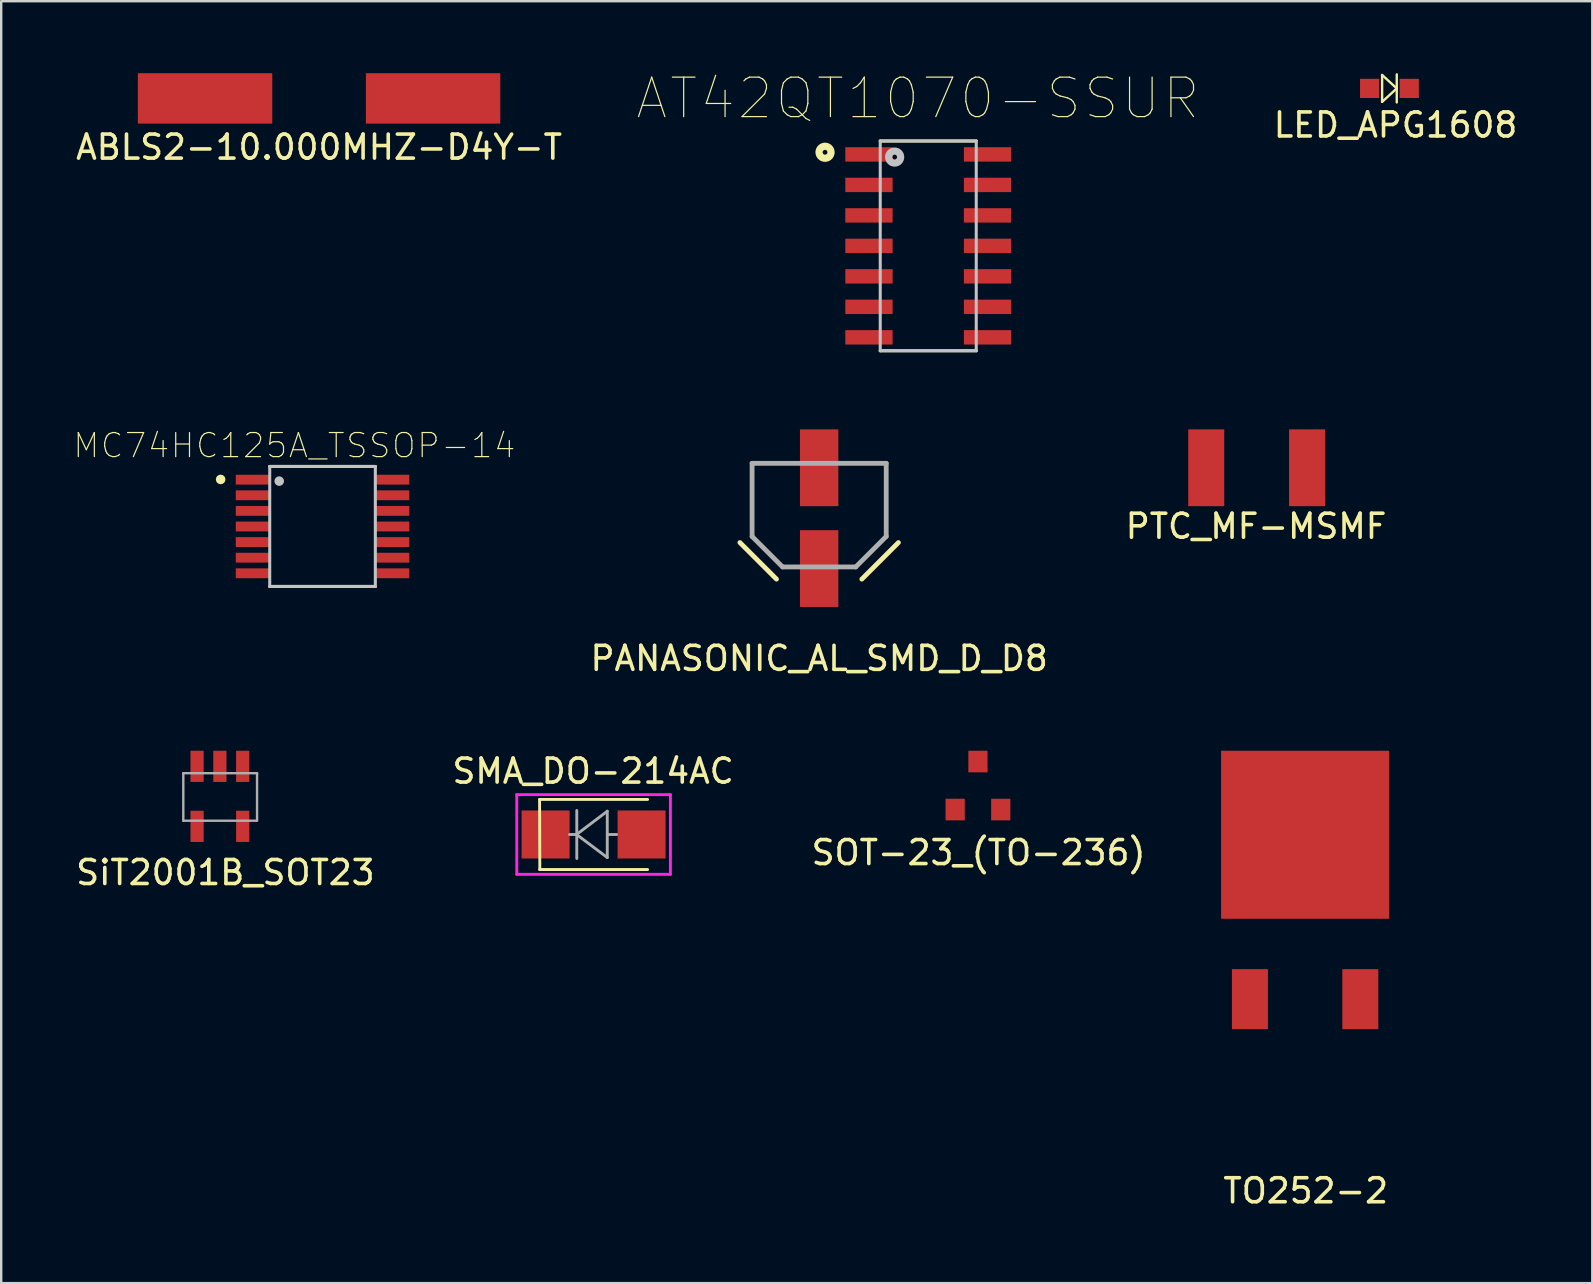
<source format=kicad_pcb>
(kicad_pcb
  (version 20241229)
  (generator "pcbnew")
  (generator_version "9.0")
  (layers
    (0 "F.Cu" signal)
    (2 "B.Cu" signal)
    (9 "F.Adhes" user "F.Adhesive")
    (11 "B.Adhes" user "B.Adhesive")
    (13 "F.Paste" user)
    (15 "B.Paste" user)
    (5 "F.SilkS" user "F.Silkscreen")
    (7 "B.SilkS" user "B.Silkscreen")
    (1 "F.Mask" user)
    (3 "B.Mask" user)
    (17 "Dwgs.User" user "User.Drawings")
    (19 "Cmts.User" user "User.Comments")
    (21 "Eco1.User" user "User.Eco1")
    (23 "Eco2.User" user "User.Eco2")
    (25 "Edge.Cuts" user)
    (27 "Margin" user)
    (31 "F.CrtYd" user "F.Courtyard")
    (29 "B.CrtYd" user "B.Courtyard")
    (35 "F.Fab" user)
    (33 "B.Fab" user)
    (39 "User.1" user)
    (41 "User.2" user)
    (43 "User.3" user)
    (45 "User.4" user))
  (footprint "SiT2001B_SOT23"
    (layer "F.Cu")
    (at 6.111 30.129)
    (property "Reference" "SiT2001B_SOT23" (at 0.229 3.175 0) (layer "F.SilkS") (effects (font (size 1 1) (thickness 0.15))))
    (attr through_hole)
    (fp_line (start -1.524 -0.965) (end -1.524 1.016) (stroke (width 0.1) (type solid)) (layer "F.Fab"))
    (fp_line (start -1.524 1.016) (end 1.549 1.016) (stroke (width 0.1) (type solid)) (layer "F.Fab"))
    (fp_line (start 1.549 -0.965) (end -1.524 -0.965) (stroke (width 0.1) (type solid)) (layer "F.Fab"))
    (fp_line (start 1.549 0.991) (end 1.549 -0.965) (stroke (width 0.1) (type solid)) (layer "F.Fab"))
    (pad "1" smd rect (at 0.95 -1.25) (size 0.55 1.3) (layers "F.Cu" "F.Mask" "F.Paste"))
    (pad "2" smd rect (at 0 -1.25) (size 0.55 1.3) (layers "F.Cu" "F.Mask" "F.Paste"))
    (pad "3" smd rect (at -0.95 -1.25) (size 0.55 1.3) (layers "F.Cu" "F.Mask" "F.Paste"))
    (pad "4" smd rect (at -0.95 1.25) (size 0.55 1.3) (layers "F.Cu" "F.Mask" "F.Paste"))
    (pad "5" smd rect (at 0.95 1.25) (size 0.55 1.3) (layers "F.Cu" "F.Mask" "F.Paste")))
  (footprint "SMA_DO-214AC"
    (layer "F.Cu")
    (at 21.681 31.718)
    (property "Reference" "SMA_DO-214AC" (at -0.02 -2.64 0) (layer "F.SilkS") (effects (font (size 1 1) (thickness 0.15))))
    (attr through_hole)
    (fp_line (start -2.25 -1.46) (end 2.25 -1.46) (stroke (width 0.12) (type solid)) (layer "F.SilkS"))
    (fp_line (start -2.25 1.46) (end 2.25 1.46) (stroke (width 0.12) (type solid)) (layer "F.SilkS"))
    (fp_line (start -2.24 1.46) (end -2.25 -1.46) (stroke (width 0.12) (type solid)) (layer "F.SilkS"))
    (fp_line (start -3.2 -1.66) (end -3.2 1.66) (stroke (width 0.12) (type solid)) (layer "F.CrtYd"))
    (fp_line (start -3.2 -1.66) (end 3.2 -1.66) (stroke (width 0.12) (type solid)) (layer "F.CrtYd"))
    (fp_line (start -3.2 1.66) (end 3.2 1.66) (stroke (width 0.12) (type solid)) (layer "F.CrtYd"))
    (fp_line (start 3.2 -1.66) (end 3.2 1.66) (stroke (width 0.12) (type solid)) (layer "F.CrtYd"))
    (fp_line (start -1 0) (end -0.77 0) (stroke (width 0.12) (type solid)) (layer "F.Fab"))
    (fp_line (start -0.71 0) (end 0.57 -0.97) (stroke (width 0.12) (type solid)) (layer "F.Fab"))
    (fp_line (start -0.7 -1) (end -0.7 1) (stroke (width 0.12) (type solid)) (layer "F.Fab"))
    (fp_line (start 0.57 -0.97) (end 0.57 0.96) (stroke (width 0.12) (type solid)) (layer "F.Fab"))
    (fp_line (start 0.57 0) (end 0.96 0) (stroke (width 0.12) (type solid)) (layer "F.Fab"))
    (fp_line (start 0.57 0.96) (end -0.71 0) (stroke (width 0.12) (type solid)) (layer "F.Fab"))
    (pad "1" smd rect (at -2 0) (size 2 2) (layers "F.Cu" "F.Mask" "F.Paste"))
    (pad "2" smd rect (at 2 0) (size 2 2) (layers "F.Cu" "F.Mask" "F.Paste")))
  (footprint "ABLS2-10.000MHZ-D4Y-T"
    (layer "F.Cu")
    (at 10.244 1.05)
    (property "Reference" "ABLS2-10.000MHZ-D4Y-T" (at 0 2.032 0) (layer "F.SilkS") (effects (font (size 1 1) (thickness 0.15))))
    (attr through_hole)
    (pad "1" smd rect (at -4.75 0) (size 5.6 2.1) (layers "F.Cu" "F.Mask" "F.Paste"))
    (pad "2" smd rect (at 4.75 0) (size 5.6 2.1) (layers "F.Cu" "F.Mask" "F.Paste")))
  (footprint "PANASONIC_AL_SMD_D_D8"
    (layer "F.Cu")
    (at 31.079 18.539)
    (property "Reference" "PANASONIC_AL_SMD_D_D8" (at 0 5.842 0) (layer "F.SilkS") (effects (font (size 1 1) (thickness 0.15))))
    (attr through_hole)
    (fp_line (start -3.302 1.016) (end -1.778 2.54) (stroke (width 0.2) (type solid)) (layer "F.SilkS"))
    (fp_line (start 1.778 2.54) (end 3.302 1.016) (stroke (width 0.2) (type solid)) (layer "F.SilkS"))
    (fp_line (start -2.794 -2.286) (end -2.794 0.762) (stroke (width 0.2) (type solid)) (layer "F.Fab"))
    (fp_line (start -1.524 2.032) (end -2.794 0.762) (stroke (width 0.2) (type solid)) (layer "F.Fab"))
    (fp_line (start -1.524 2.032) (end 1.524 2.032) (stroke (width 0.2) (type solid)) (layer "F.Fab"))
    (fp_line (start 1.524 2.032) (end 2.794 0.762) (stroke (width 0.2) (type solid)) (layer "F.Fab"))
    (fp_line (start 2.794 -2.286) (end -2.794 -2.286) (stroke (width 0.2) (type solid)) (layer "F.Fab"))
    (fp_line (start 2.794 0.762) (end 2.794 -2.286) (stroke (width 0.2) (type solid)) (layer "F.Fab"))
    (pad "1" smd rect (at 0 2.1) (size 1.6 3.2) (layers "F.Cu" "F.Mask" "F.Paste"))
    (pad "2" smd rect (at 0 -2.1) (size 1.6 3.2) (layers "F.Cu" "F.Mask" "F.Paste")))
  (footprint "PTC_MF-MSMF"
    (layer "F.Cu")
    (at 49.307 16.439)
    (property "Reference" "PTC_MF-MSMF" (at -0.025 2.438 0) (layer "F.SilkS") (effects (font (size 1 1) (thickness 0.15))))
    (attr through_hole)
    (pad "1" smd rect (at -2.1 0) (size 1.5 3.2) (layers "F.Cu" "F.Mask" "F.Paste"))
    (pad "2" smd rect (at 2.1 0) (size 1.5 3.2) (layers "F.Cu" "F.Mask" "F.Paste")))
  (footprint "TO252-2"
    (layer "F.Cu")
    (at 51.326 31.729)
    (property "Reference" "TO252-2" (at 0.025 14.834 0) (layer "F.SilkS") (effects (font (size 1 1) (thickness 0.15))))
    (attr through_hole)
    (pad "1" smd rect (at -2.3 6.85) (size 1.5 2.5) (layers "F.Cu" "F.Mask" "F.Paste"))
    (pad "2" smd rect (at 0 0) (size 7 7) (layers "F.Cu" "F.Mask" "F.Paste"))
    (pad "3" smd rect (at 2.3 6.85) (size 1.5 2.5) (layers "F.Cu" "F.Mask" "F.Paste")))
  (footprint "SOT−23_(TO−236)"
    (layer "F.Cu")
    (at 37.695 29.679)
    (property "Reference" "SOT−23_(TO−236)" (at 0.025 2.794 0) (layer "F.SilkS") (effects (font (size 1 1) (thickness 0.15))))
    (attr through_hole)
    (pad "1" smd rect (at -0.95 1) (size 0.8 0.9) (layers "F.Cu" "F.Mask" "F.Paste"))
    (pad "2" smd rect (at 0.95 1) (size 0.8 0.9) (layers "F.Cu" "F.Mask" "F.Paste"))
    (pad "3" smd rect (at 0 -1) (size 0.8 0.9) (layers "F.Cu" "F.Mask" "F.Paste")))
  (footprint "AT42QT1070-SSUR"
    (layer "F.Cu")
    (at 35.624 7.194)
    (property "Reference" "AT42QT1070-SSUR" (at -0.431 -6.144 0) (layer "F.SilkS") (effects (font (size 1.646 1.646) (thickness 0.05))))
    (attr smd)
    (fp_line (start -2 -4.37) (end 2 -4.37) (stroke (width 0.127) (type solid)) (layer "F.SilkS"))
    (fp_line (start 2 4.37) (end -2 4.37) (stroke (width 0.127) (type solid)) (layer "F.SilkS"))
    (fp_circle (center -4.3 -3.9) (end -4.2 -3.9) (stroke (width 0.3) (type solid)) (fill no) (layer "F.SilkS"))
    (fp_line (start -2 -4.37) (end 2 -4.37) (stroke (width 0.127) (type solid)) (layer "Dwgs.User"))
    (fp_line (start -2 4.37) (end -2 -4.37) (stroke (width 0.127) (type solid)) (layer "Dwgs.User"))
    (fp_line (start 2 -4.37) (end 2 4.37) (stroke (width 0.127) (type solid)) (layer "Dwgs.User"))
    (fp_line (start 2 4.37) (end -2 4.37) (stroke (width 0.127) (type solid)) (layer "Dwgs.User"))
    (fp_circle (center -1.4 -3.7) (end -1.3 -3.7) (stroke (width 0.3) (type solid)) (fill no) (layer "Dwgs.User"))
    (fp_line (start -3.71 -4.62) (end 3.71 -4.62) (stroke (width 0.05) (type solid)) (layer "Eco1.User"))
    (fp_line (start -3.71 4.62) (end -3.71 -4.62) (stroke (width 0.05) (type solid)) (layer "Eco1.User"))
    (fp_line (start 3.71 -4.62) (end 3.71 4.62) (stroke (width 0.05) (type solid)) (layer "Eco1.User"))
    (fp_line (start 3.71 4.62) (end -3.71 4.62) (stroke (width 0.05) (type solid)) (layer "Eco1.User"))
    (pad "1" smd rect (at -2.47 -3.81) (size 1.97 0.6) (layers "F.Cu" "F.Mask" "F.Paste"))
    (pad "2" smd rect (at -2.47 -2.54) (size 1.97 0.6) (layers "F.Cu" "F.Mask" "F.Paste"))
    (pad "3" smd rect (at -2.47 -1.27) (size 1.97 0.6) (layers "F.Cu" "F.Mask" "F.Paste"))
    (pad "4" smd rect (at -2.47 0) (size 1.97 0.6) (layers "F.Cu" "F.Mask" "F.Paste"))
    (pad "5" smd rect (at -2.47 1.27) (size 1.97 0.6) (layers "F.Cu" "F.Mask" "F.Paste"))
    (pad "6" smd rect (at -2.47 2.54) (size 1.97 0.6) (layers "F.Cu" "F.Mask" "F.Paste"))
    (pad "7" smd rect (at -2.47 3.81) (size 1.97 0.6) (layers "F.Cu" "F.Mask" "F.Paste"))
    (pad "8" smd rect (at 2.47 3.81) (size 1.97 0.6) (layers "F.Cu" "F.Mask" "F.Paste"))
    (pad "9" smd rect (at 2.47 2.54) (size 1.97 0.6) (layers "F.Cu" "F.Mask" "F.Paste"))
    (pad "10" smd rect (at 2.47 1.27) (size 1.97 0.6) (layers "F.Cu" "F.Mask" "F.Paste"))
    (pad "11" smd rect (at 2.47 0) (size 1.97 0.6) (layers "F.Cu" "F.Mask" "F.Paste"))
    (pad "12" smd rect (at 2.47 -1.27) (size 1.97 0.6) (layers "F.Cu" "F.Mask" "F.Paste"))
    (pad "13" smd rect (at 2.47 -2.54) (size 1.97 0.6) (layers "F.Cu" "F.Mask" "F.Paste"))
    (pad "14" smd rect (at 2.47 -3.81) (size 1.97 0.6) (layers "F.Cu" "F.Mask" "F.Paste")))
  (footprint "LED_APG1608"
    (layer "F.Cu")
    (at 54.839 0.634)
    (property "Reference" "LED_APG1608" (at 0.254 1.524 0) (layer "F.SilkS") (effects (font (size 1 1) (thickness 0.15))))
    (attr through_hole)
    (fp_line (start -0.305 -0.559) (end -0.305 0.559) (stroke (width 0.1) (type solid)) (layer "F.SilkS"))
    (fp_line (start -0.305 0.559) (end 0.305 0) (stroke (width 0.1) (type solid)) (layer "F.SilkS"))
    (fp_line (start 0.305 -0.584) (end 0.305 0.584) (stroke (width 0.1) (type solid)) (layer "F.SilkS"))
    (fp_line (start 0.305 0) (end -0.305 -0.559) (stroke (width 0.1) (type solid)) (layer "F.SilkS"))
    (pad "1" smd rect (at -0.825 0) (size 0.8 0.8) (layers "F.Cu" "F.Mask" "F.Paste"))
    (pad "2" smd rect (at 0.825 0) (size 0.8 0.8) (layers "F.Cu" "F.Mask" "F.Paste")))
  (footprint "MC74HC125A_TSSOP−14"
    (layer "F.Cu")
    (at 10.388 18.885)
    (property "Reference" "MC74HC125A_TSSOP−14" (at -1.173 -3.372 0) (layer "F.SilkS") (effects (font (size 1.003 1.003) (thickness 0.05))))
    (attr smd)
    (fp_line (start -2.2 -2.5) (end 2.2 -2.5) (stroke (width 0.127) (type solid)) (layer "F.SilkS"))
    (fp_line (start -2.2 2.5) (end 2.2 2.5) (stroke (width 0.127) (type solid)) (layer "F.SilkS"))
    (fp_circle (center -4.245 -1.96) (end -4.145 -1.96) (stroke (width 0.2) (type solid)) (fill no) (layer "F.SilkS"))
    (fp_line (start -2.2 -2.5) (end -2.2 2.5) (stroke (width 0.127) (type solid)) (layer "Dwgs.User"))
    (fp_line (start -2.2 -2.5) (end 2.2 -2.5) (stroke (width 0.127) (type solid)) (layer "Dwgs.User"))
    (fp_line (start -2.2 2.5) (end 2.2 2.5) (stroke (width 0.127) (type solid)) (layer "Dwgs.User"))
    (fp_line (start 2.2 -2.5) (end 2.2 2.5) (stroke (width 0.127) (type solid)) (layer "Dwgs.User"))
    (fp_circle (center -1.805 -1.89) (end -1.705 -1.89) (stroke (width 0.2) (type solid)) (fill no) (layer "Dwgs.User"))
    (fp_line (start -3.865 -2.75) (end -3.865 2.75) (stroke (width 0.05) (type solid)) (layer "Eco1.User"))
    (fp_line (start -3.865 -2.75) (end 3.865 -2.75) (stroke (width 0.05) (type solid)) (layer "Eco1.User"))
    (fp_line (start -3.865 2.75) (end 3.865 2.75) (stroke (width 0.05) (type solid)) (layer "Eco1.User"))
    (fp_line (start 3.865 -2.75) (end 3.865 2.75) (stroke (width 0.05) (type solid)) (layer "Eco1.User"))
    (pad "1" smd rect (at -2.885 -1.95) (size 1.46 0.41) (layers "F.Cu" "F.Mask" "F.Paste"))
    (pad "2" smd rect (at -2.885 -1.3) (size 1.46 0.41) (layers "F.Cu" "F.Mask" "F.Paste"))
    (pad "3" smd rect (at -2.885 -0.65) (size 1.46 0.41) (layers "F.Cu" "F.Mask" "F.Paste"))
    (pad "4" smd rect (at -2.885 0) (size 1.46 0.41) (layers "F.Cu" "F.Mask" "F.Paste"))
    (pad "5" smd rect (at -2.885 0.65) (size 1.46 0.41) (layers "F.Cu" "F.Mask" "F.Paste"))
    (pad "6" smd rect (at -2.885 1.3) (size 1.46 0.41) (layers "F.Cu" "F.Mask" "F.Paste"))
    (pad "7" smd rect (at -2.885 1.95) (size 1.46 0.41) (layers "F.Cu" "F.Mask" "F.Paste"))
    (pad "8" smd rect (at 2.885 1.95) (size 1.46 0.41) (layers "F.Cu" "F.Mask" "F.Paste"))
    (pad "9" smd rect (at 2.885 1.3) (size 1.46 0.41) (layers "F.Cu" "F.Mask" "F.Paste"))
    (pad "10" smd rect (at 2.885 0.65) (size 1.46 0.41) (layers "F.Cu" "F.Mask" "F.Paste"))
    (pad "11" smd rect (at 2.885 0) (size 1.46 0.41) (layers "F.Cu" "F.Mask" "F.Paste"))
    (pad "12" smd rect (at 2.885 -0.65) (size 1.46 0.41) (layers "F.Cu" "F.Mask" "F.Paste"))
    (pad "13" smd rect (at 2.885 -1.3) (size 1.46 0.41) (layers "F.Cu" "F.Mask" "F.Paste"))
    (pad "14" smd rect (at 2.885 -1.95) (size 1.46 0.41) (layers "F.Cu" "F.Mask" "F.Paste")))
  (gr_rect
    (start -3 -3)
    (end 63.29 50.411)
    (stroke (width 0.1) (type default))
    (fill no)
    (layer "Edge.Cuts")))
</source>
